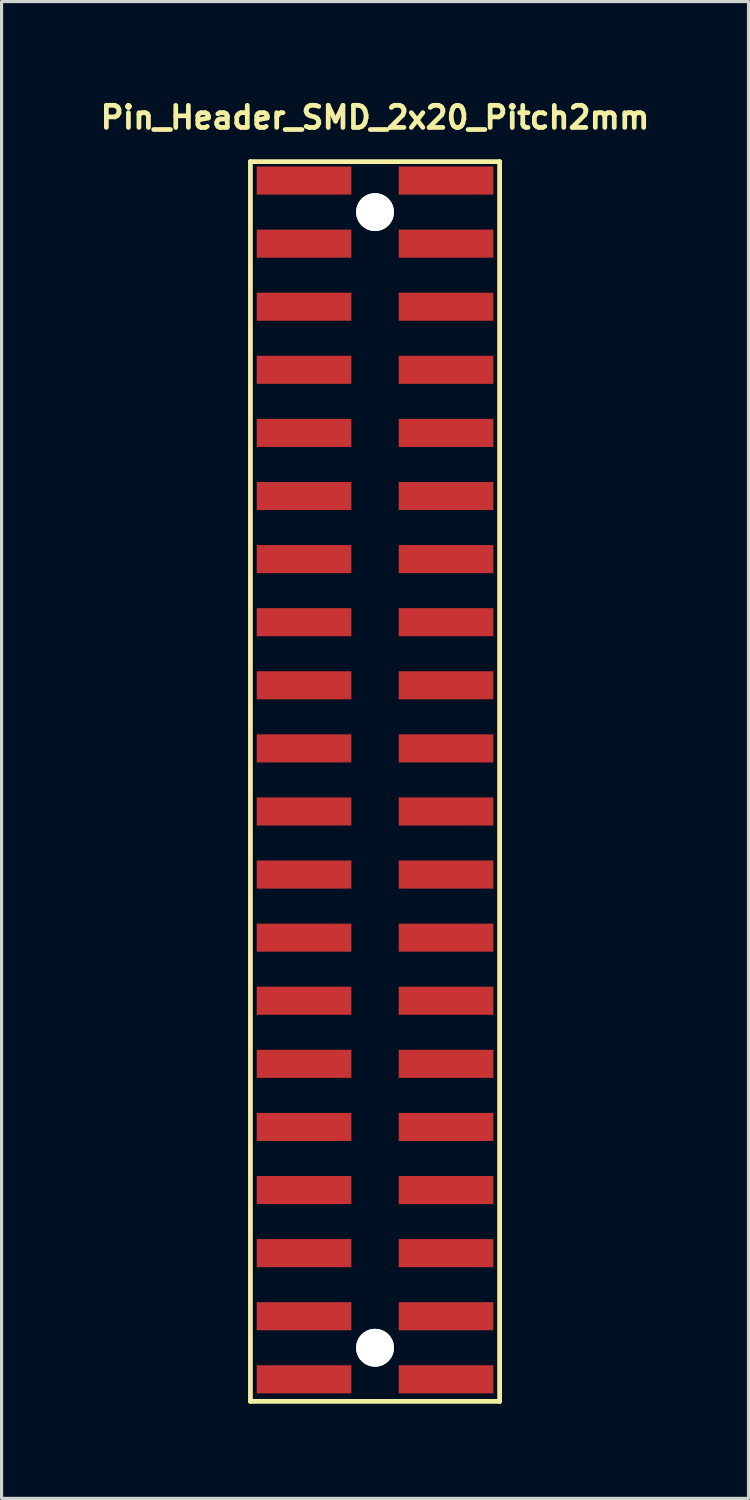
<source format=kicad_pcb>
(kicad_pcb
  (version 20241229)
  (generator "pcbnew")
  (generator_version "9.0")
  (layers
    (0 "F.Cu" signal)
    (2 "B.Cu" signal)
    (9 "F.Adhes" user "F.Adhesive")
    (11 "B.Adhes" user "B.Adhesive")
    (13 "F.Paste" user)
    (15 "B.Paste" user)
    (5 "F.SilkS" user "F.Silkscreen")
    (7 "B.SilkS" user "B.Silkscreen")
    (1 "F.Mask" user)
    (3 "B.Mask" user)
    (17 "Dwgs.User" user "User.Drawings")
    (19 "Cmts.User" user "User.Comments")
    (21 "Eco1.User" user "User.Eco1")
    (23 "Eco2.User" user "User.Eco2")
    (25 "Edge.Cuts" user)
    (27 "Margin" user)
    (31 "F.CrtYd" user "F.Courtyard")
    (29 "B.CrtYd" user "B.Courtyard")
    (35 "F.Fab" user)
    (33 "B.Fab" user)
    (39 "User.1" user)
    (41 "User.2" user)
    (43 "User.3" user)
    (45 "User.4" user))
  (footprint "Pin_Header_SMD_2x20_Pitch2mm"
    (layer "F.Cu")
    (at 9.838 2.673)
    (property "Reference" "Pin_Header_SMD_2x20_Pitch2mm" (at -1 -2 0) (layer "F.SilkS") (effects (font (size 0.7 0.7) (thickness 0.15))))
    (attr smd)
    (fp_line (start -4.95 -0.6) (end -4.95 38.7) (stroke (width 0.15) (type solid)) (layer "F.SilkS"))
    (fp_line (start -4.95 -0.6) (end 2.95 -0.6) (stroke (width 0.15) (type solid)) (layer "F.SilkS"))
    (fp_line (start -4.95 38.7) (end 2.95 38.7) (stroke (width 0.15) (type solid)) (layer "F.SilkS"))
    (fp_line (start 2.95 -0.6) (end 2.95 38.7) (stroke (width 0.15) (type solid)) (layer "F.SilkS"))
    (pad "" np_thru_hole circle (at -1 1 270) (size 1.2 1.2) (drill 1.2) (layers "*.Cu" "*.Mask" "F.SilkS"))
    (pad "" np_thru_hole circle (at -1 37 270) (size 1.2 1.2) (drill 1.2) (layers "*.Cu" "*.Mask" "F.SilkS"))
    (pad "1" smd rect (at 1.25 0 270) (size 0.89 3) (layers "F.Cu" "F.Mask" "F.Paste"))
    (pad "2" smd rect (at -3.25 0 270) (size 0.89 3) (layers "F.Cu" "F.Mask" "F.Paste"))
    (pad "3" smd rect (at 1.25 2 270) (size 0.89 3) (layers "F.Cu" "F.Mask" "F.Paste"))
    (pad "4" smd rect (at -3.25 2 270) (size 0.89 3) (layers "F.Cu" "F.Mask" "F.Paste"))
    (pad "5" smd rect (at 1.25 4 270) (size 0.89 3) (layers "F.Cu" "F.Mask" "F.Paste"))
    (pad "6" smd rect (at -3.25 4 270) (size 0.89 3) (layers "F.Cu" "F.Mask" "F.Paste"))
    (pad "7" smd rect (at 1.25 6 270) (size 0.89 3) (layers "F.Cu" "F.Mask" "F.Paste"))
    (pad "8" smd rect (at -3.25 6 270) (size 0.89 3) (layers "F.Cu" "F.Mask" "F.Paste"))
    (pad "9" smd rect (at 1.25 8 270) (size 0.89 3) (layers "F.Cu" "F.Mask" "F.Paste"))
    (pad "10" smd rect (at -3.25 8 270) (size 0.89 3) (layers "F.Cu" "F.Mask" "F.Paste"))
    (pad "11" smd rect (at 1.25 10 270) (size 0.89 3) (layers "F.Cu" "F.Mask" "F.Paste"))
    (pad "12" smd rect (at -3.25 10 270) (size 0.89 3) (layers "F.Cu" "F.Mask" "F.Paste"))
    (pad "13" smd rect (at 1.25 12 270) (size 0.89 3) (layers "F.Cu" "F.Mask" "F.Paste"))
    (pad "14" smd rect (at -3.25 12 270) (size 0.89 3) (layers "F.Cu" "F.Mask" "F.Paste"))
    (pad "15" smd rect (at 1.25 14 270) (size 0.89 3) (layers "F.Cu" "F.Mask" "F.Paste"))
    (pad "16" smd rect (at -3.25 14 270) (size 0.89 3) (layers "F.Cu" "F.Mask" "F.Paste"))
    (pad "17" smd rect (at 1.25 16 270) (size 0.89 3) (layers "F.Cu" "F.Mask" "F.Paste"))
    (pad "18" smd rect (at -3.25 16 270) (size 0.89 3) (layers "F.Cu" "F.Mask" "F.Paste"))
    (pad "19" smd rect (at 1.25 18 270) (size 0.89 3) (layers "F.Cu" "F.Mask" "F.Paste"))
    (pad "20" smd rect (at -3.25 18 270) (size 0.89 3) (layers "F.Cu" "F.Mask" "F.Paste"))
    (pad "21" smd rect (at 1.25 20 270) (size 0.89 3) (layers "F.Cu" "F.Mask" "F.Paste"))
    (pad "22" smd rect (at -3.25 20 270) (size 0.89 3) (layers "F.Cu" "F.Mask" "F.Paste"))
    (pad "23" smd rect (at 1.25 22 270) (size 0.89 3) (layers "F.Cu" "F.Mask" "F.Paste"))
    (pad "24" smd rect (at -3.25 22 270) (size 0.89 3) (layers "F.Cu" "F.Mask" "F.Paste"))
    (pad "25" smd rect (at 1.25 24 270) (size 0.89 3) (layers "F.Cu" "F.Mask" "F.Paste"))
    (pad "26" smd rect (at -3.25 24 270) (size 0.89 3) (layers "F.Cu" "F.Mask" "F.Paste"))
    (pad "27" smd rect (at 1.25 26 270) (size 0.89 3) (layers "F.Cu" "F.Mask" "F.Paste"))
    (pad "28" smd rect (at -3.25 26 270) (size 0.89 3) (layers "F.Cu" "F.Mask" "F.Paste"))
    (pad "29" smd rect (at 1.25 28 270) (size 0.89 3) (layers "F.Cu" "F.Mask" "F.Paste"))
    (pad "30" smd rect (at -3.25 28 270) (size 0.89 3) (layers "F.Cu" "F.Mask" "F.Paste"))
    (pad "31" smd rect (at 1.25 30 270) (size 0.89 3) (layers "F.Cu" "F.Mask" "F.Paste"))
    (pad "32" smd rect (at -3.25 30 270) (size 0.89 3) (layers "F.Cu" "F.Mask" "F.Paste"))
    (pad "33" smd rect (at 1.25 32 270) (size 0.89 3) (layers "F.Cu" "F.Mask" "F.Paste"))
    (pad "34" smd rect (at -3.25 32 270) (size 0.89 3) (layers "F.Cu" "F.Mask" "F.Paste"))
    (pad "35" smd rect (at 1.25 34 270) (size 0.89 3) (layers "F.Cu" "F.Mask" "F.Paste"))
    (pad "36" smd rect (at -3.25 34 270) (size 0.89 3) (layers "F.Cu" "F.Mask" "F.Paste"))
    (pad "37" smd rect (at 1.25 36 270) (size 0.89 3) (layers "F.Cu" "F.Mask" "F.Paste"))
    (pad "38" smd rect (at -3.25 36 270) (size 0.89 3) (layers "F.Cu" "F.Mask" "F.Paste"))
    (pad "39" smd rect (at 1.25 38 270) (size 0.89 3) (layers "F.Cu" "F.Mask" "F.Paste"))
    (pad "40" smd rect (at -3.25 38 270) (size 0.89 3) (layers "F.Cu" "F.Mask" "F.Paste")))
  (gr_rect
    (start -3 -3)
    (end 20.677 44.448)
    (stroke (width 0.1) (type default))
    (fill no)
    (layer "Edge.Cuts")))
</source>
